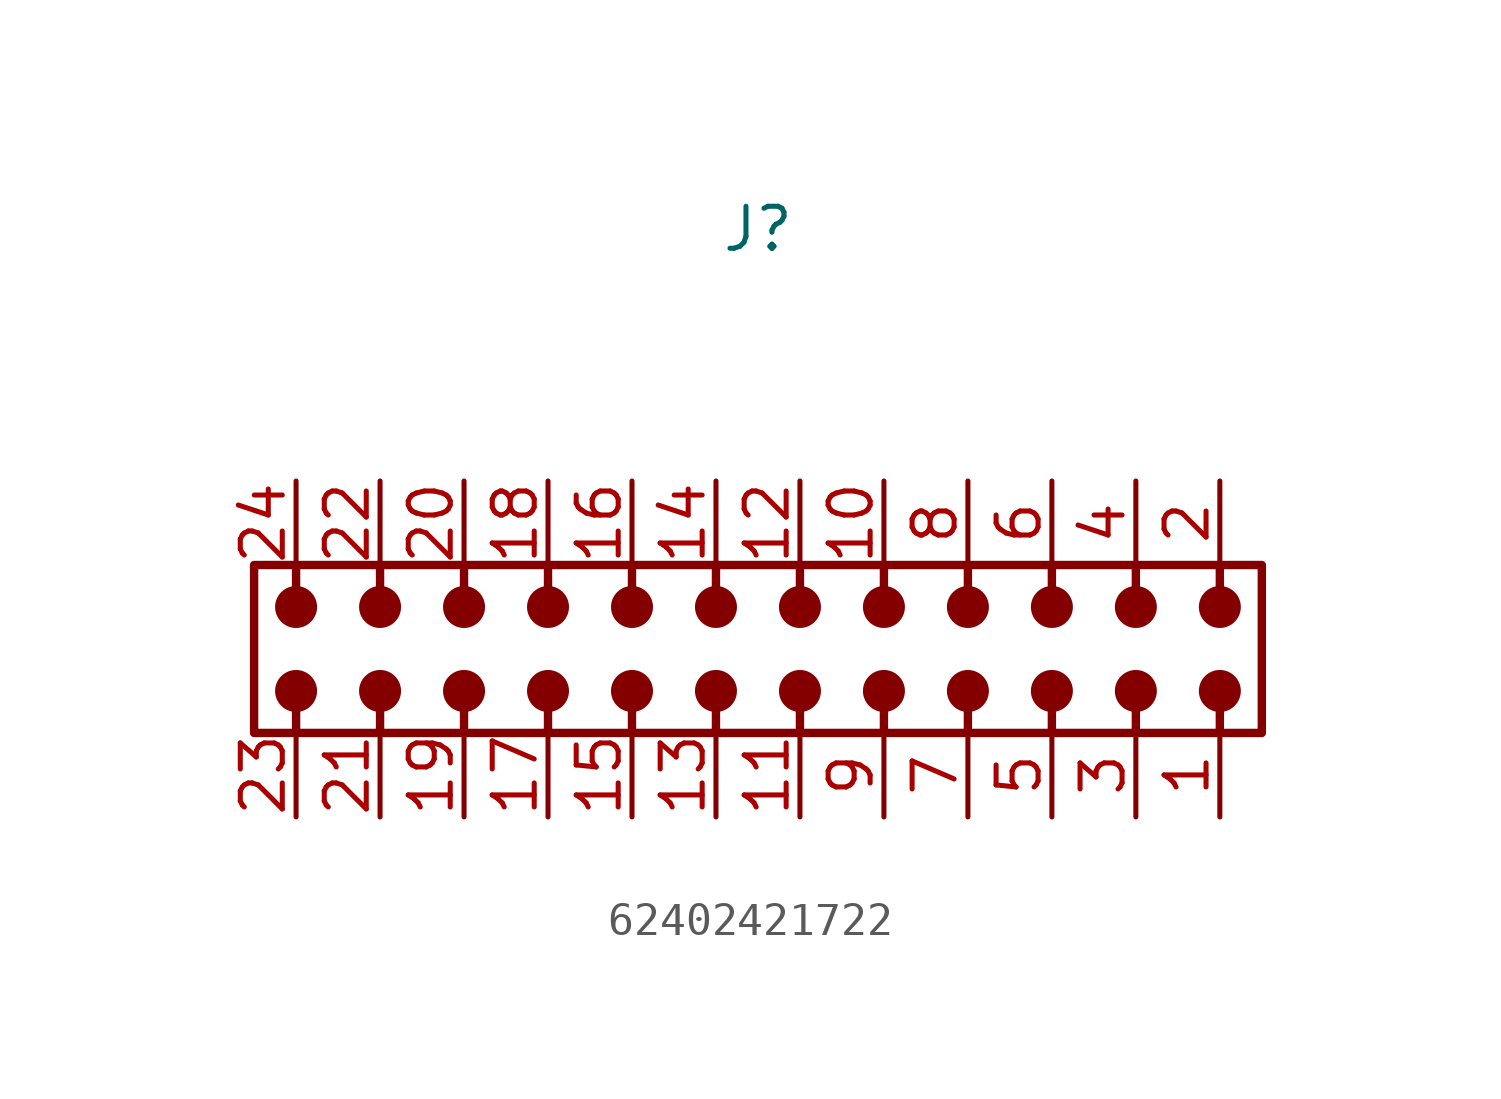
<source format=kicad_sym>
(kicad_symbol_lib
  (version 20241209)
  (generator "kicad_symbol_editor")
  (generator_version "9.0")
  (symbol "62402421722"
    (pin_names
      (hide yes))
    (property "Reference" "J"
      (at 0 12.7 0)
      (effects (font (size 1.27 1.27))))
    (symbol "62402421722_1_1"
      (rectangle (start -15.24 2.54) (end 15.24 -2.54) (stroke (width 0.254) (type solid)) (fill (type none)))
      (polyline (pts (xy -13.97 1.778) (xy -13.97 2.54)) (stroke (width 0.254) (type solid)) (fill (type none)))
      (circle (center -13.97 1.27) (radius 0.508) (stroke (width 0.254) (type solid)) (fill (type outline)))
      (circle (center -13.97 -1.27) (radius 0.508) (stroke (width 0.254) (type solid)) (fill (type outline)))
      (polyline (pts (xy -13.97 -1.778) (xy -13.97 -2.54)) (stroke (width 0.254) (type solid)) (fill (type none)))
      (polyline (pts (xy -11.43 1.778) (xy -11.43 2.54)) (stroke (width 0.254) (type solid)) (fill (type none)))
      (circle (center -11.43 1.27) (radius 0.508) (stroke (width 0.254) (type solid)) (fill (type outline)))
      (circle (center -11.43 -1.27) (radius 0.508) (stroke (width 0.254) (type solid)) (fill (type outline)))
      (polyline (pts (xy -11.43 -1.778) (xy -11.43 -2.54)) (stroke (width 0.254) (type solid)) (fill (type none)))
      (polyline (pts (xy -8.89 1.778) (xy -8.89 2.54)) (stroke (width 0.254) (type solid)) (fill (type none)))
      (circle (center -8.89 1.27) (radius 0.508) (stroke (width 0.254) (type solid)) (fill (type outline)))
      (circle (center -8.89 -1.27) (radius 0.508) (stroke (width 0.254) (type solid)) (fill (type outline)))
      (polyline (pts (xy -8.89 -1.778) (xy -8.89 -2.54)) (stroke (width 0.254) (type solid)) (fill (type none)))
      (polyline (pts (xy -6.35 1.778) (xy -6.35 2.54)) (stroke (width 0.254) (type solid)) (fill (type none)))
      (circle (center -6.35 1.27) (radius 0.508) (stroke (width 0.254) (type solid)) (fill (type outline)))
      (circle (center -6.35 -1.27) (radius 0.508) (stroke (width 0.254) (type solid)) (fill (type outline)))
      (polyline (pts (xy -6.35 -1.778) (xy -6.35 -2.54)) (stroke (width 0.254) (type solid)) (fill (type none)))
      (polyline (pts (xy -3.81 1.778) (xy -3.81 2.54)) (stroke (width 0.254) (type solid)) (fill (type none)))
      (circle (center -3.81 1.27) (radius 0.508) (stroke (width 0.254) (type solid)) (fill (type outline)))
      (circle (center -3.81 -1.27) (radius 0.508) (stroke (width 0.254) (type solid)) (fill (type outline)))
      (polyline (pts (xy -3.81 -1.778) (xy -3.81 -2.54)) (stroke (width 0.254) (type solid)) (fill (type none)))
      (polyline (pts (xy -1.27 1.778) (xy -1.27 2.54)) (stroke (width 0.254) (type solid)) (fill (type none)))
      (circle (center -1.27 1.27) (radius 0.508) (stroke (width 0.254) (type solid)) (fill (type outline)))
      (circle (center -1.27 -1.27) (radius 0.508) (stroke (width 0.254) (type solid)) (fill (type outline)))
      (polyline (pts (xy -1.27 -1.778) (xy -1.27 -2.54)) (stroke (width 0.254) (type solid)) (fill (type none)))
      (polyline (pts (xy 1.27 1.778) (xy 1.27 2.54)) (stroke (width 0.254) (type solid)) (fill (type none)))
      (circle (center 1.27 1.27) (radius 0.508) (stroke (width 0.254) (type solid)) (fill (type outline)))
      (circle (center 1.27 -1.27) (radius 0.508) (stroke (width 0.254) (type solid)) (fill (type outline)))
      (polyline (pts (xy 1.27 -1.778) (xy 1.27 -2.54)) (stroke (width 0.254) (type solid)) (fill (type none)))
      (polyline (pts (xy 3.81 1.778) (xy 3.81 2.54)) (stroke (width 0.254) (type solid)) (fill (type none)))
      (circle (center 3.81 1.27) (radius 0.508) (stroke (width 0.254) (type solid)) (fill (type outline)))
      (circle (center 3.81 -1.27) (radius 0.508) (stroke (width 0.254) (type solid)) (fill (type outline)))
      (polyline (pts (xy 3.81 -1.778) (xy 3.81 -2.54)) (stroke (width 0.254) (type solid)) (fill (type none)))
      (polyline (pts (xy 6.35 1.778) (xy 6.35 2.54)) (stroke (width 0.254) (type solid)) (fill (type none)))
      (circle (center 6.35 1.27) (radius 0.508) (stroke (width 0.254) (type solid)) (fill (type outline)))
      (circle (center 6.35 -1.27) (radius 0.508) (stroke (width 0.254) (type solid)) (fill (type outline)))
      (polyline (pts (xy 6.35 -1.778) (xy 6.35 -2.54)) (stroke (width 0.254) (type solid)) (fill (type none)))
      (polyline (pts (xy 8.89 1.778) (xy 8.89 2.54)) (stroke (width 0.254) (type solid)) (fill (type none)))
      (circle (center 8.89 1.27) (radius 0.508) (stroke (width 0.254) (type solid)) (fill (type outline)))
      (circle (center 8.89 -1.27) (radius 0.508) (stroke (width 0.254) (type solid)) (fill (type outline)))
      (polyline (pts (xy 8.89 -1.778) (xy 8.89 -2.54)) (stroke (width 0.254) (type solid)) (fill (type none)))
      (polyline (pts (xy 11.43 1.778) (xy 11.43 2.54)) (stroke (width 0.254) (type solid)) (fill (type none)))
      (circle (center 11.43 1.27) (radius 0.508) (stroke (width 0.254) (type solid)) (fill (type outline)))
      (circle (center 11.43 -1.27) (radius 0.508) (stroke (width 0.254) (type solid)) (fill (type outline)))
      (polyline (pts (xy 11.43 -1.778) (xy 11.43 -2.54)) (stroke (width 0.254) (type solid)) (fill (type none)))
      (polyline (pts (xy 13.97 1.778) (xy 13.97 2.54)) (stroke (width 0.254) (type solid)) (fill (type none)))
      (circle (center 13.97 1.27) (radius 0.508) (stroke (width 0.254) (type solid)) (fill (type outline)))
      (circle (center 13.97 -1.27) (radius 0.508) (stroke (width 0.254) (type solid)) (fill (type outline)))
      (polyline (pts (xy 13.97 -1.778) (xy 13.97 -2.54)) (stroke (width 0.254) (type solid)) (fill (type none)))
      (pin passive line (at -13.97 5.08 270) (length 2.54) (name "24" (effects (font (size 1.27 1.27)))) (number "24" (effects (font (size 1.27 1.27)))))
      (pin passive line (at -13.97 -5.08 90) (length 2.54) (name "23" (effects (font (size 1.27 1.27)))) (number "23" (effects (font (size 1.27 1.27)))))
      (pin passive line (at -11.43 5.08 270) (length 2.54) (name "22" (effects (font (size 1.27 1.27)))) (number "22" (effects (font (size 1.27 1.27)))))
      (pin passive line (at -11.43 -5.08 90) (length 2.54) (name "21" (effects (font (size 1.27 1.27)))) (number "21" (effects (font (size 1.27 1.27)))))
      (pin passive line (at -8.89 5.08 270) (length 2.54) (name "20" (effects (font (size 1.27 1.27)))) (number "20" (effects (font (size 1.27 1.27)))))
      (pin passive line (at -8.89 -5.08 90) (length 2.54) (name "19" (effects (font (size 1.27 1.27)))) (number "19" (effects (font (size 1.27 1.27)))))
      (pin passive line (at -6.35 5.08 270) (length 2.54) (name "18" (effects (font (size 1.27 1.27)))) (number "18" (effects (font (size 1.27 1.27)))))
      (pin passive line (at -6.35 -5.08 90) (length 2.54) (name "17" (effects (font (size 1.27 1.27)))) (number "17" (effects (font (size 1.27 1.27)))))
      (pin passive line (at -3.81 5.08 270) (length 2.54) (name "16" (effects (font (size 1.27 1.27)))) (number "16" (effects (font (size 1.27 1.27)))))
      (pin passive line (at -3.81 -5.08 90) (length 2.54) (name "15" (effects (font (size 1.27 1.27)))) (number "15" (effects (font (size 1.27 1.27)))))
      (pin passive line (at -1.27 5.08 270) (length 2.54) (name "14" (effects (font (size 1.27 1.27)))) (number "14" (effects (font (size 1.27 1.27)))))
      (pin passive line (at -1.27 -5.08 90) (length 2.54) (name "13" (effects (font (size 1.27 1.27)))) (number "13" (effects (font (size 1.27 1.27)))))
      (pin passive line (at 1.27 5.08 270) (length 2.54) (name "12" (effects (font (size 1.27 1.27)))) (number "12" (effects (font (size 1.27 1.27)))))
      (pin passive line (at 1.27 -5.08 90) (length 2.54) (name "11" (effects (font (size 1.27 1.27)))) (number "11" (effects (font (size 1.27 1.27)))))
      (pin passive line (at 3.81 5.08 270) (length 2.54) (name "10" (effects (font (size 1.27 1.27)))) (number "10" (effects (font (size 1.27 1.27)))))
      (pin passive line (at 3.81 -5.08 90) (length 2.54) (name "9" (effects (font (size 1.27 1.27)))) (number "9" (effects (font (size 1.27 1.27)))))
      (pin passive line (at 6.35 5.08 270) (length 2.54) (name "8" (effects (font (size 1.27 1.27)))) (number "8" (effects (font (size 1.27 1.27)))))
      (pin passive line (at 6.35 -5.08 90) (length 2.54) (name "7" (effects (font (size 1.27 1.27)))) (number "7" (effects (font (size 1.27 1.27)))))
      (pin passive line (at 8.89 5.08 270) (length 2.54) (name "6" (effects (font (size 1.27 1.27)))) (number "6" (effects (font (size 1.27 1.27)))))
      (pin passive line (at 8.89 -5.08 90) (length 2.54) (name "5" (effects (font (size 1.27 1.27)))) (number "5" (effects (font (size 1.27 1.27)))))
      (pin passive line (at 11.43 5.08 270) (length 2.54) (name "4" (effects (font (size 1.27 1.27)))) (number "4" (effects (font (size 1.27 1.27)))))
      (pin passive line (at 11.43 -5.08 90) (length 2.54) (name "3" (effects (font (size 1.27 1.27)))) (number "3" (effects (font (size 1.27 1.27)))))
      (pin passive line (at 13.97 5.08 270) (length 2.54) (name "2" (effects (font (size 1.27 1.27)))) (number "2" (effects (font (size 1.27 1.27)))))
      (pin passive line (at 13.97 -5.08 90) (length 2.54) (name "1" (effects (font (size 1.27 1.27)))) (number "1" (effects (font (size 1.27 1.27))))))))
</source>
